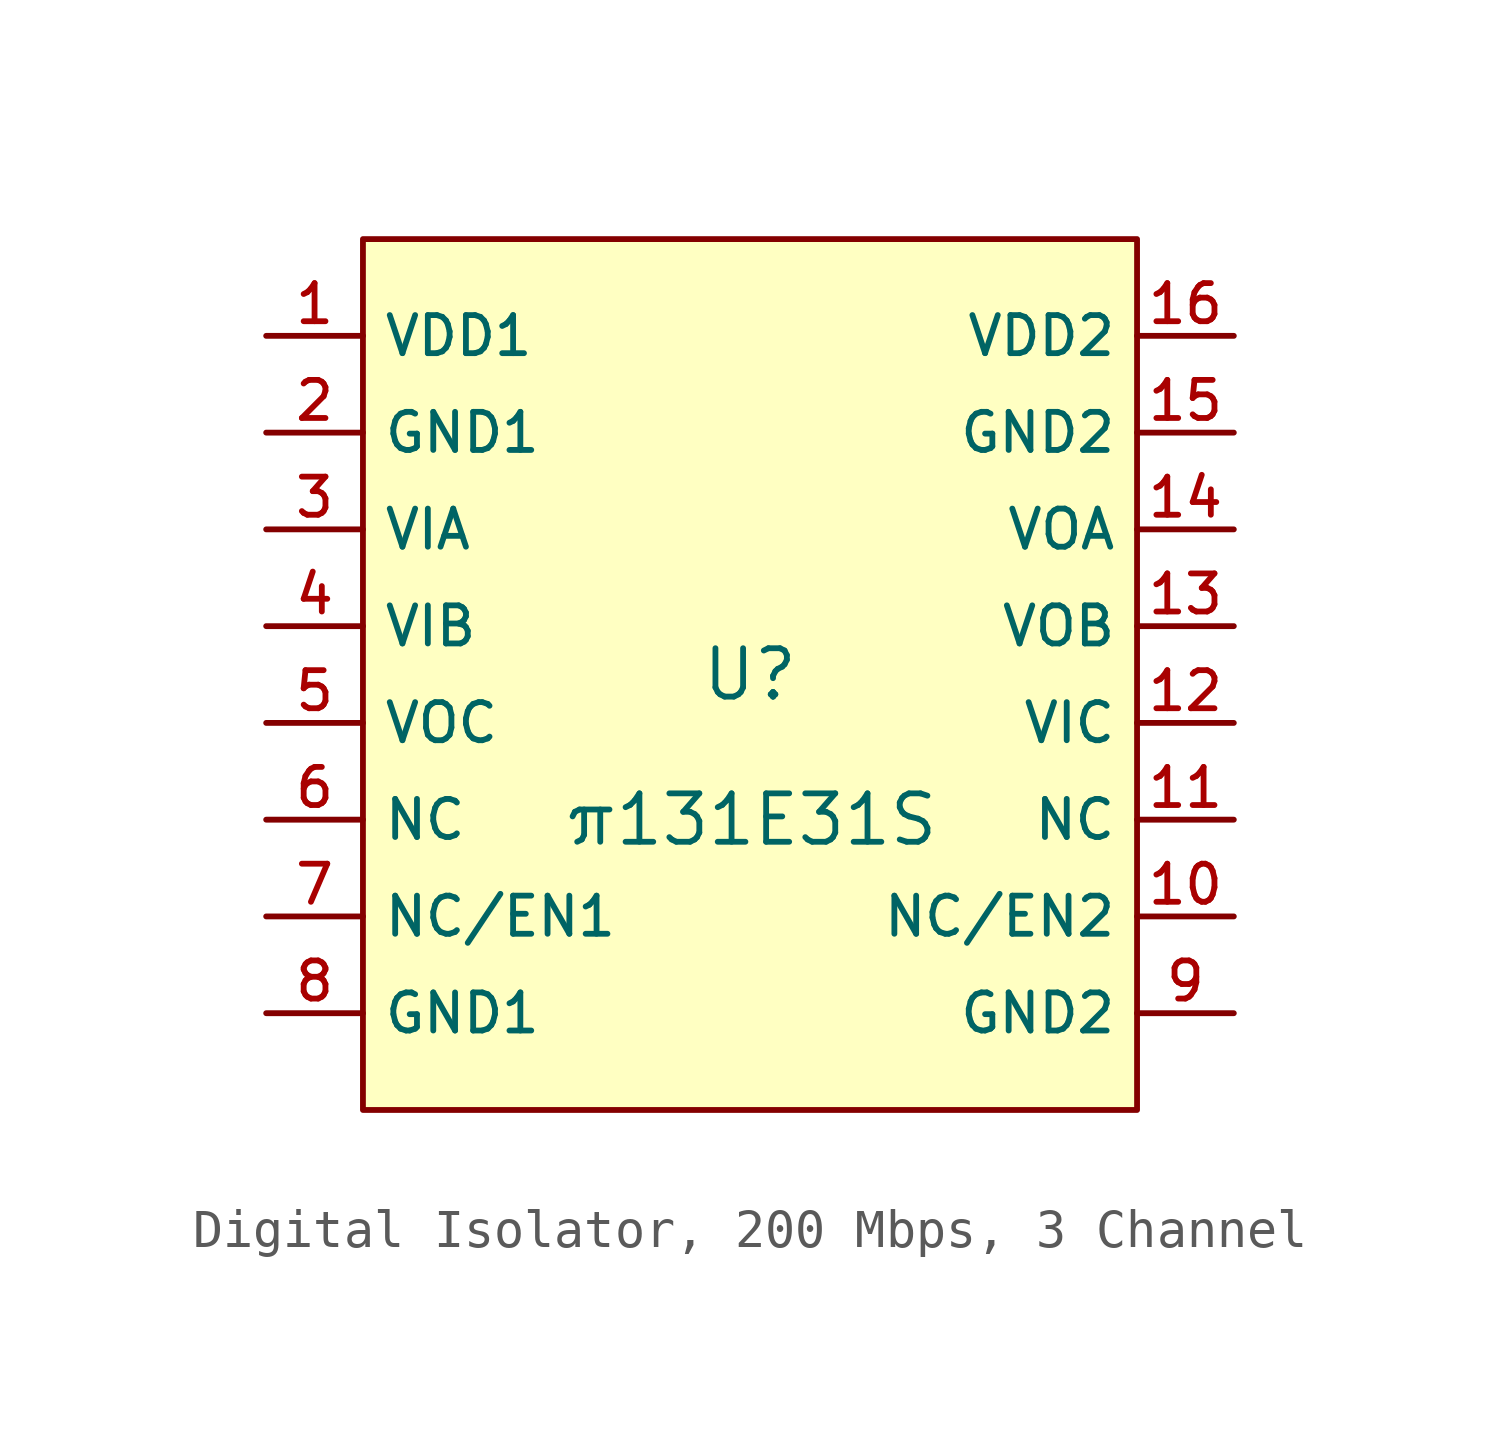
<source format=kicad_sym>
(kicad_symbol_lib
  (version 20231120)
  (generator "CDFER_Archive_Tool")
  (generator_version "0.0")
  (symbol "Digital Isolator, 200 Mbps, 3 Channel"
    (property "Reference" "U"
      (at 0 1.27 0)
      (effects (font (size 1.27 1.27))))
    (property "Value" "π131E31S"
      (at 0 -2.54 0)
      (effects (font (size 1.27 1.27))))
    (symbol "Digital Isolator, 200 Mbps, 3 Channel_0_1"
      (rectangle (start -10.16 12.7) (end 10.16 -10.16) (stroke (width 0) (type default)) (fill (type background)))
      (pin unspecified line (at -12.7 10.16 0) (length 2.54) (name "VDD1" (effects (font (size 1 1)))) (number "1" (effects (font (size 1 1)))))
      (pin unspecified line (at 12.7 -5.08 180) (length 2.54) (name "NC/EN2" (effects (font (size 1 1)))) (number "10" (effects (font (size 1 1)))))
      (pin unspecified line (at 12.7 -2.54 180) (length 2.54) (name "NC" (effects (font (size 1 1)))) (number "11" (effects (font (size 1 1)))))
      (pin unspecified line (at 12.7 0 180) (length 2.54) (name "VIC" (effects (font (size 1 1)))) (number "12" (effects (font (size 1 1)))))
      (pin unspecified line (at 12.7 2.54 180) (length 2.54) (name "VOB" (effects (font (size 1 1)))) (number "13" (effects (font (size 1 1)))))
      (pin unspecified line (at 12.7 5.08 180) (length 2.54) (name "VOA" (effects (font (size 1 1)))) (number "14" (effects (font (size 1 1)))))
      (pin unspecified line (at 12.7 7.62 180) (length 2.54) (name "GND2" (effects (font (size 1 1)))) (number "15" (effects (font (size 1 1)))))
      (pin unspecified line (at 12.7 10.16 180) (length 2.54) (name "VDD2" (effects (font (size 1 1)))) (number "16" (effects (font (size 1 1)))))
      (pin unspecified line (at -12.7 7.62 0) (length 2.54) (name "GND1" (effects (font (size 1 1)))) (number "2" (effects (font (size 1 1)))))
      (pin unspecified line (at -12.7 5.08 0) (length 2.54) (name "VIA" (effects (font (size 1 1)))) (number "3" (effects (font (size 1 1)))))
      (pin unspecified line (at -12.7 2.54 0) (length 2.54) (name "VIB" (effects (font (size 1 1)))) (number "4" (effects (font (size 1 1)))))
      (pin unspecified line (at -12.7 0 0) (length 2.54) (name "VOC" (effects (font (size 1 1)))) (number "5" (effects (font (size 1 1)))))
      (pin unspecified line (at -12.7 -2.54 0) (length 2.54) (name "NC" (effects (font (size 1 1)))) (number "6" (effects (font (size 1 1)))))
      (pin unspecified line (at -12.7 -5.08 0) (length 2.54) (name "NC/EN1" (effects (font (size 1 1)))) (number "7" (effects (font (size 1 1)))))
      (pin unspecified line (at -12.7 -7.62 0) (length 2.54) (name "GND1" (effects (font (size 1 1)))) (number "8" (effects (font (size 1 1)))))
      (pin unspecified line (at 12.7 -7.62 180) (length 2.54) (name "GND2" (effects (font (size 1 1)))) (number "9" (effects (font (size 1 1))))))))
</source>
